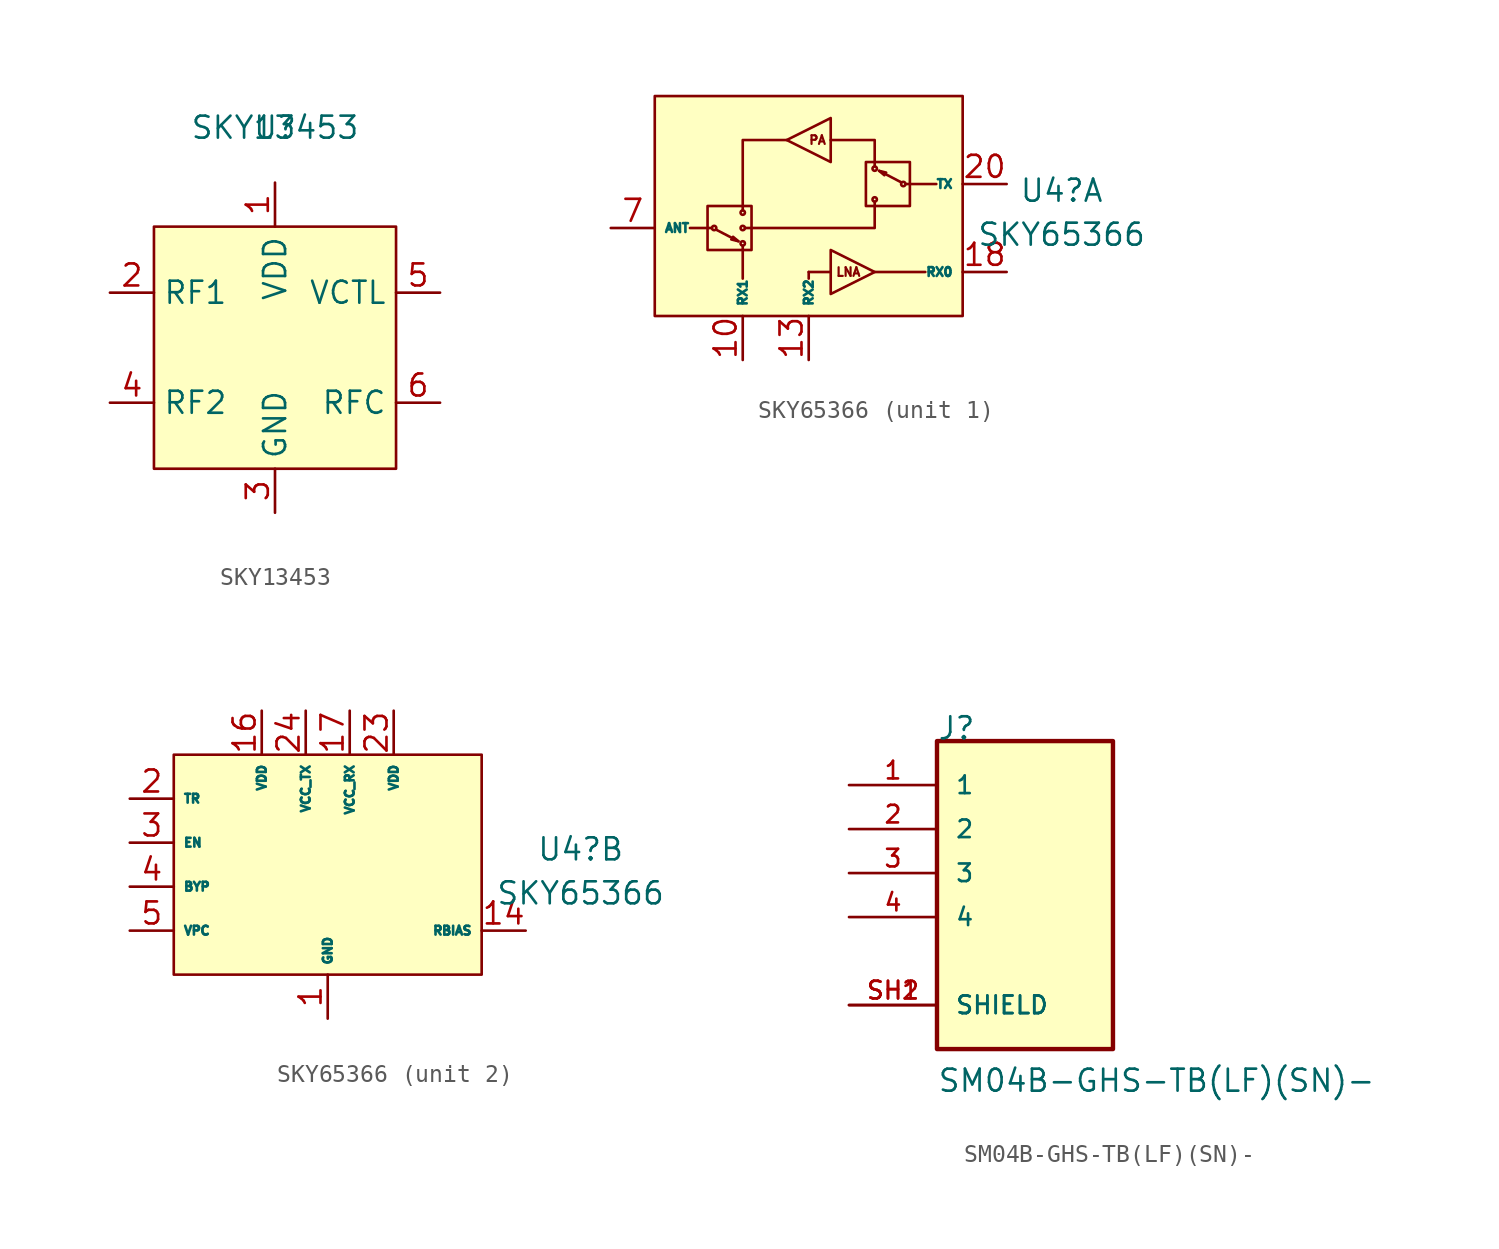
<source format=kicad_sym>
(kicad_symbol_lib
  (version 20220914)
  (generator kicad_symbol_editor)
  (symbol "SKY13453"
    (property "Reference" "U"
      (at 0 12.7 0)
      (effects (font (size 1.27 1.27))))
    (property "Value" "SKY13453"
      (at 0 12.7 0)
      (effects (font (size 1.27 1.27))))
    (symbol "SKY13453_0_1"
      (rectangle (start -6.985 6.985) (end 6.985 -6.985) (stroke (width 0) (type default)) (fill (type background))))
    (symbol "SKY13453_1_1"
      (pin power_in line (at 0 9.525 270) (length 2.54) (name "VDD" (effects (font (size 1.27 1.27)))) (number "1" (effects (font (size 1.27 1.27)))))
      (pin bidirectional line (at -9.525 3.175 0) (length 2.54) (name "RF1" (effects (font (size 1.27 1.27)))) (number "2" (effects (font (size 1.27 1.27)))))
      (pin power_in line (at 0 -9.525 90) (length 2.54) (name "GND" (effects (font (size 1.27 1.27)))) (number "3" (effects (font (size 1.27 1.27)))))
      (pin bidirectional line (at -9.525 -3.175 0) (length 2.54) (name "RF2" (effects (font (size 1.27 1.27)))) (number "4" (effects (font (size 1.27 1.27)))))
      (pin input line (at 9.525 3.175 180) (length 2.54) (name "VCTL" (effects (font (size 1.27 1.27)))) (number "5" (effects (font (size 1.27 1.27)))))
      (pin bidirectional line (at 9.525 -3.175 180) (length 2.54) (name "RFC" (effects (font (size 1.27 1.27)))) (number "6" (effects (font (size 1.27 1.27)))))))
  (symbol "SKY65366"
    (property "Reference" "U4"
      (at 18.415 2.159 0)
      (effects (font (size 1.27 1.27))))
    (property "Value" "SKY65366"
      (at 18.415 -0.381 0)
      (effects (font (size 1.27 1.27))))
    (property "ki_locked" ""
      (at 0 0 0)
      (effects (font (size 1.27 1.27))))
    (symbol "SKY65366_1_0"
      (rectangle (start -5.08 7.62) (end 12.7 -5.08) (stroke (width 0) (type default)) (fill (type background)))
      (rectangle (start -2.032 1.27) (end 0.508 -1.27) (stroke (width 0) (type default)) (fill (type none)))
      (circle (center -1.651 0) (radius 0.127) (stroke (width 0) (type default)) (fill (type none)))
      (circle (center 0 -0.889) (radius 0.127) (stroke (width 0) (type default)) (fill (type none)))
      (polyline (pts (xy -2.032 0) (xy -3.048 0)) (stroke (width 0) (type default)) (fill (type none)))
      (polyline (pts (xy -1.778 0) (xy -2.032 0)) (stroke (width 0) (type default)) (fill (type none)))
      (polyline (pts (xy -1.524 -0.102) (xy -0.356 -0.711)) (stroke (width 0) (type default)) (fill (type none)))
      (polyline (pts (xy -0.254 -0.762) (xy -0.66 -0.66)) (stroke (width 0) (type default)) (fill (type none)))
      (polyline (pts (xy -0.254 -0.762) (xy -0.559 -0.508)) (stroke (width 0) (type default)) (fill (type none)))
      (polyline (pts (xy 0 -1.27) (xy 0 -2.921)) (stroke (width 0) (type default)) (fill (type none)))
      (polyline (pts (xy 0 -1.016) (xy 0 -1.27)) (stroke (width 0) (type default)) (fill (type none)))
      (polyline (pts (xy 0 1.016) (xy 0 1.27)) (stroke (width 0) (type default)) (fill (type none)))
      (polyline (pts (xy 0.127 0) (xy 0.508 0)) (stroke (width 0) (type default)) (fill (type none)))
      (polyline (pts (xy 3.81 -2.54) (xy 3.81 -2.921)) (stroke (width 0) (type default)) (fill (type none)))
      (polyline (pts (xy 5.08 -2.54) (xy 3.81 -2.54)) (stroke (width 0) (type default)) (fill (type none)))
      (polyline (pts (xy 7.62 -2.54) (xy 10.541 -2.54)) (stroke (width 0) (type default)) (fill (type none)))
      (polyline (pts (xy 7.62 1.524) (xy 7.62 1.27)) (stroke (width 0) (type default)) (fill (type none)))
      (polyline (pts (xy 7.62 3.556) (xy 7.62 3.81)) (stroke (width 0) (type default)) (fill (type none)))
      (polyline (pts (xy 7.874 3.302) (xy 8.179 3.048)) (stroke (width 0) (type default)) (fill (type none)))
      (polyline (pts (xy 7.874 3.302) (xy 8.28 3.2)) (stroke (width 0) (type default)) (fill (type none)))
      (polyline (pts (xy 9.144 2.642) (xy 7.976 3.251)) (stroke (width 0) (type default)) (fill (type none)))
      (polyline (pts (xy 9.398 2.54) (xy 9.652 2.54)) (stroke (width 0) (type default)) (fill (type none)))
      (polyline (pts (xy 9.652 2.54) (xy 11.176 2.54)) (stroke (width 0) (type default)) (fill (type none)))
      (polyline (pts (xy 2.54 5.08) (xy 0 5.08) (xy 0 1.27)) (stroke (width 0) (type default)) (fill (type none)))
      (polyline (pts (xy 7.62 1.27) (xy 7.62 0) (xy 0.508 0)) (stroke (width 0) (type default)) (fill (type none)))
      (polyline (pts (xy 7.62 3.81) (xy 7.62 5.08) (xy 5.08 5.08)) (stroke (width 0) (type default)) (fill (type none)))
      (circle (center 0 0) (radius 0.127) (stroke (width 0) (type default)) (fill (type none)))
      (circle (center 0 0.889) (radius 0.127) (stroke (width 0) (type default)) (fill (type none)))
      (circle (center 7.62 1.651) (radius 0.127) (stroke (width 0) (type default)) (fill (type none)))
      (circle (center 7.62 3.429) (radius 0.127) (stroke (width 0) (type default)) (fill (type none)))
      (circle (center 9.271 2.54) (radius 0.127) (stroke (width 0) (type default)) (fill (type none)))
      (rectangle (start 9.652 1.27) (end 7.112 3.81) (stroke (width 0) (type default)) (fill (type none)))
      (text "LNA" (at 6.096 -2.54 0) (effects (font (size 0.5 0.5))))
      (text "PA" (at 4.318 5.08 0) (effects (font (size 0.5 0.5)))))
    (symbol "SKY65366_1_1"
      (polyline (pts (xy 5.08 -1.27) (xy 5.08 -3.81) (xy 7.62 -2.54) (xy 5.08 -1.27)) (stroke (width 0) (type default)) (fill (type none)))
      (polyline (pts (xy 5.08 3.81) (xy 5.08 6.35) (xy 2.54 5.08) (xy 5.08 3.81)) (stroke (width 0) (type default)) (fill (type none)))
      (pin output line (at 0 -7.62 90) (length 2.54) (name "RX1" (effects (font (size 0.508 0.508)))) (number "10" (effects (font (size 1.27 1.27)))))
      (pin input line (at 3.81 -7.62 90) (length 2.54) (name "RX2" (effects (font (size 0.508 0.508)))) (number "13" (effects (font (size 1.27 1.27)))))
      (pin output line (at 15.24 -2.54 180) (length 2.54) (name "RX0" (effects (font (size 0.508 0.508)))) (number "18" (effects (font (size 1.27 1.27)))))
      (pin input line (at 15.24 2.54 180) (length 2.54) (name "TX" (effects (font (size 0.508 0.508)))) (number "20" (effects (font (size 1.27 1.27)))))
      (pin bidirectional line (at -7.62 0 0) (length 2.54) (name "ANT" (effects (font (size 0.508 0.508)))) (number "7" (effects (font (size 1.27 1.27))))))
    (symbol "SKY65366_2_0"
      (rectangle (start -5.08 7.62) (end 12.7 -5.08) (stroke (width 0) (type default)) (fill (type background))))
    (symbol "SKY65366_2_1"
      (pin power_in line (at 3.81 -7.62 90) (length 2.54) (name "GND" (effects (font (size 0.508 0.508)))) (number "1" (effects (font (size 1.27 1.27)))))
      (pin power_in line (at 3.81 -7.62 90) (length 2.54) hide (name "GND" (effects (font (size 0.508 0.508)))) (number "11" (effects (font (size 1.27 1.27)))))
      (pin power_in line (at 3.81 -7.62 90) (length 2.54) hide (name "GND" (effects (font (size 0.508 0.508)))) (number "12" (effects (font (size 1.27 1.27)))))
      (pin input line (at 15.24 -2.54 180) (length 2.54) (name "RBIAS" (effects (font (size 0.508 0.508)))) (number "14" (effects (font (size 1.27 1.27)))))
      (pin power_in line (at 3.81 -7.62 90) (length 2.54) hide (name "GND" (effects (font (size 0.508 0.508)))) (number "15" (effects (font (size 1.27 1.27)))))
      (pin power_in line (at 0 10.16 270) (length 2.54) (name "VDD" (effects (font (size 0.508 0.508)))) (number "16" (effects (font (size 1.27 1.27)))))
      (pin power_in line (at 5.08 10.16 270) (length 2.54) (name "VCC_RX" (effects (font (size 0.508 0.508)))) (number "17" (effects (font (size 1.27 1.27)))))
      (pin power_in line (at 3.81 -7.62 90) (length 2.54) hide (name "GND" (effects (font (size 0.508 0.508)))) (number "19" (effects (font (size 1.27 1.27)))))
      (pin input line (at -7.62 5.08 0) (length 2.54) (name "TR" (effects (font (size 0.508 0.508)))) (number "2" (effects (font (size 1.27 1.27)))))
      (pin power_in line (at 3.81 -7.62 90) (length 2.54) hide (name "GND" (effects (font (size 0.508 0.508)))) (number "21" (effects (font (size 1.27 1.27)))))
      (pin power_in line (at 3.81 -7.62 90) (length 2.54) hide (name "GND" (effects (font (size 0.508 0.508)))) (number "22" (effects (font (size 1.27 1.27)))))
      (pin power_in line (at 7.62 10.16 270) (length 2.54) (name "VDD" (effects (font (size 0.508 0.508)))) (number "23" (effects (font (size 1.27 1.27)))))
      (pin power_in line (at 2.54 10.16 270) (length 2.54) (name "VCC_TX" (effects (font (size 0.508 0.508)))) (number "24" (effects (font (size 1.27 1.27)))))
      (pin power_in line (at 2.54 10.16 270) (length 2.54) hide (name "VCC_TX" (effects (font (size 0.508 0.508)))) (number "25" (effects (font (size 1.27 1.27)))))
      (pin power_in line (at 2.54 10.16 270) (length 2.54) hide (name "VCC_TX" (effects (font (size 0.508 0.508)))) (number "26" (effects (font (size 1.27 1.27)))))
      (pin power_in line (at 3.81 -7.62 90) (length 2.54) hide (name "GND" (effects (font (size 0.508 0.508)))) (number "27" (effects (font (size 1.27 1.27)))))
      (pin power_in line (at 3.81 -7.62 90) (length 2.54) hide (name "GND" (effects (font (size 0.508 0.508)))) (number "28" (effects (font (size 1.27 1.27)))))
      (pin input line (at -7.62 2.54 0) (length 2.54) (name "EN" (effects (font (size 0.508 0.508)))) (number "3" (effects (font (size 1.27 1.27)))))
      (pin input line (at -7.62 0 0) (length 2.54) (name "BYP" (effects (font (size 0.508 0.508)))) (number "4" (effects (font (size 1.27 1.27)))))
      (pin input line (at -7.62 -2.54 0) (length 2.54) (name "VPC" (effects (font (size 0.508 0.508)))) (number "5" (effects (font (size 1.27 1.27)))))
      (pin power_in line (at 3.81 -7.62 90) (length 2.54) hide (name "GND" (effects (font (size 0.508 0.508)))) (number "6" (effects (font (size 1.27 1.27)))))
      (pin power_in line (at 3.81 -7.62 90) (length 2.54) hide (name "GND" (effects (font (size 0.508 0.508)))) (number "8" (effects (font (size 1.27 1.27)))))
      (pin power_in line (at 3.81 -7.62 90) (length 2.54) hide (name "GND" (effects (font (size 0.508 0.508)))) (number "9" (effects (font (size 1.27 1.27)))))))
  (symbol "SM04B-GHS-TB(LF)(SN)-"
    (pin_names
      (offset 1.016))
    (property "Reference" "J"
      (at -5.08 7.62 0)
      (effects (font (size 1.27 1.27)) (justify left bottom)))
    (property "Value" "SM04B-GHS-TB(LF)(SN)-"
      (at -5.08 -12.725 0)
      (effects (font (size 1.27 1.27)) (justify left bottom)))
    (property "ki_locked" ""
      (at 0 0 0)
      (effects (font (size 1.27 1.27))))
    (symbol "SM04B-GHS-TB(LF)(SN)-_0_0"
      (rectangle (start -5.08 -10.16) (end 5.08 7.62) (stroke (width 0.254) (type default)) (fill (type background)))
      (pin passive line (at -10.16 5.08 0) (length 5.08) (name "1" (effects (font (size 1.016 1.016)))) (number "1" (effects (font (size 1.016 1.016)))))
      (pin passive line (at -10.16 2.54 0) (length 5.08) (name "2" (effects (font (size 1.016 1.016)))) (number "2" (effects (font (size 1.016 1.016)))))
      (pin passive line (at -10.16 0 0) (length 5.08) (name "3" (effects (font (size 1.016 1.016)))) (number "3" (effects (font (size 1.016 1.016)))))
      (pin passive line (at -10.16 -2.54 0) (length 5.08) (name "4" (effects (font (size 1.016 1.016)))) (number "4" (effects (font (size 1.016 1.016)))))
      (pin power_in line (at -10.16 -7.62 0) (length 5.08) (name "SHIELD" (effects (font (size 1.016 1.016)))) (number "SH1" (effects (font (size 1.016 1.016)))))
      (pin power_in line (at -10.16 -7.62 0) (length 5.08) (name "SHIELD" (effects (font (size 1.016 1.016)))) (number "SH2" (effects (font (size 1.016 1.016))))))))
</source>
